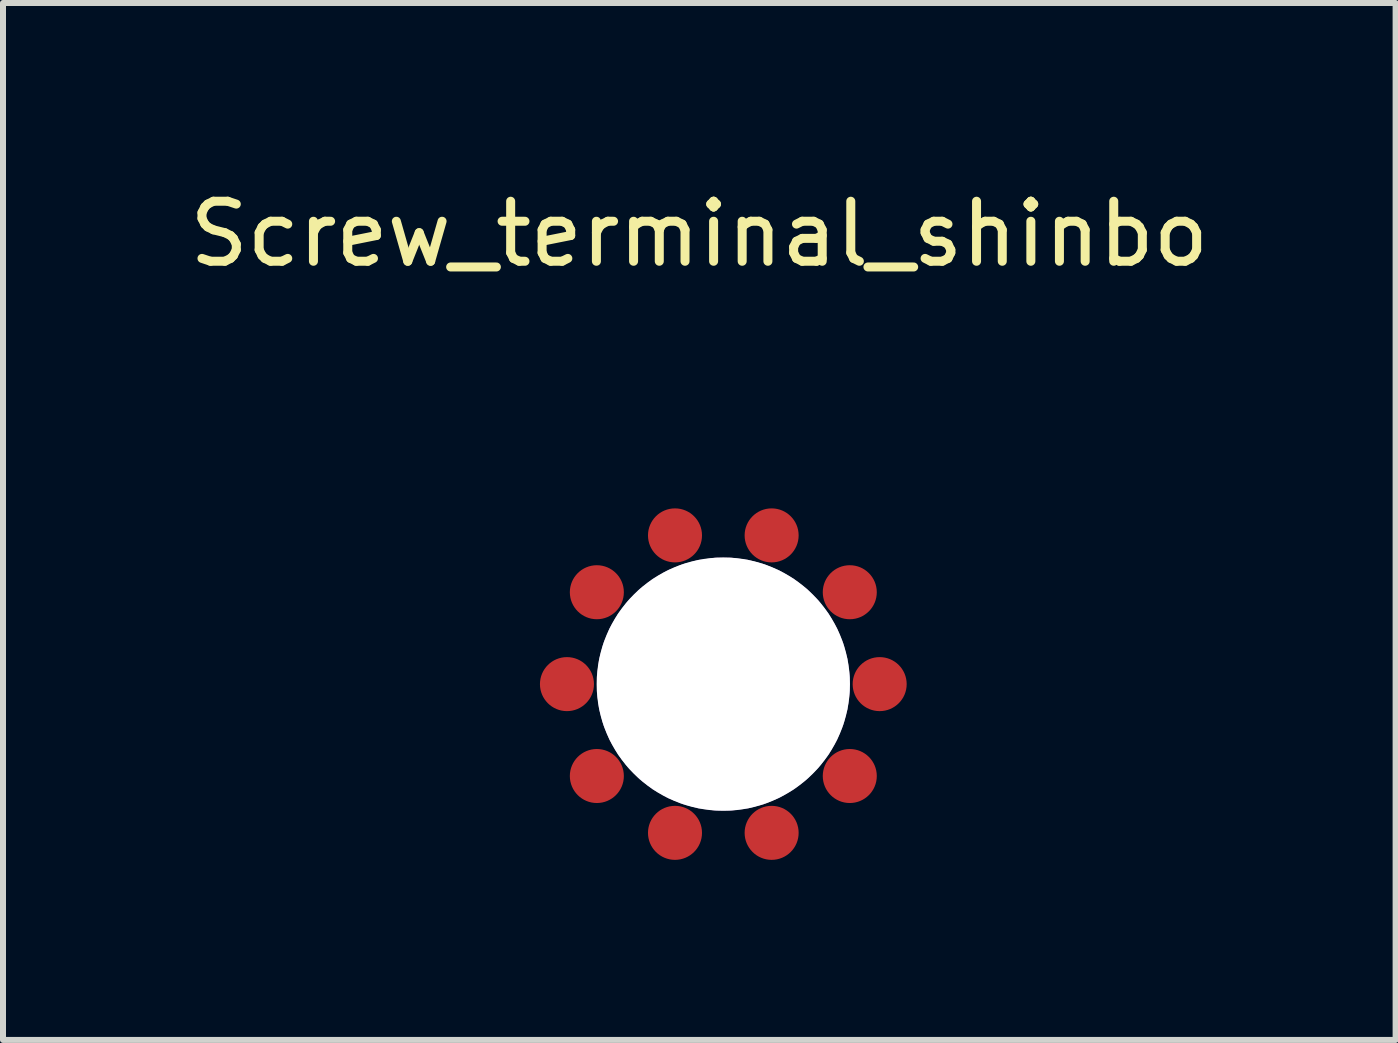
<source format=kicad_pcb>
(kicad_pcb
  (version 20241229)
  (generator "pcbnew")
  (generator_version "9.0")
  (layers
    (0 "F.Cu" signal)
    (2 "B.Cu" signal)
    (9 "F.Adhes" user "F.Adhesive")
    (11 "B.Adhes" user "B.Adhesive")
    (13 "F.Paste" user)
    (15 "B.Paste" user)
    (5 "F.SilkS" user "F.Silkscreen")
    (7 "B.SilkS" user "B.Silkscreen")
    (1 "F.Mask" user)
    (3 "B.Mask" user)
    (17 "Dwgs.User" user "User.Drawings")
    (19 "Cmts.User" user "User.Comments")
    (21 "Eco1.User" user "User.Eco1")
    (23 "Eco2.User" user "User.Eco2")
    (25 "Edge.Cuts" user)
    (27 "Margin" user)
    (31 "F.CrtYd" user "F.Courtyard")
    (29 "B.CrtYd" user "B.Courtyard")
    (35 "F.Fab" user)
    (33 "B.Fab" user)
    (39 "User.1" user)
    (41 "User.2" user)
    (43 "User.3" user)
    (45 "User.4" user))
  (footprint "Screw_terminal_shinbo"
    (layer "F.Cu")
    (at 9.001 8.348)
    (property "Reference" "Screw_terminal_shinbo" (at -0.4 -7.5 180) (layer "F.SilkS") (effects (font (size 1 1) (thickness 0.15))))
    (attr smd)
    (pad "" thru_hole custom (at 0 0 90) (size 4.22 4.22) (drill 4.22) (layers "*.Cu" "*.Mask") (options (anchor circle)) (primitives))
    (pad "1" smd circle (at -2.605 0) (size 0.9 0.9) (layers "F.Cu" "F.Mask" "F.Paste"))
    (pad "1" smd circle (at -2.107 -1.531) (size 0.9 0.9) (layers "F.Cu" "F.Mask" "F.Paste"))
    (pad "1" smd circle (at -2.107 1.531) (size 0.9 0.9) (layers "F.Cu" "F.Mask" "F.Paste"))
    (pad "1" smd circle (at -0.805 -2.478) (size 0.9 0.9) (layers "F.Cu" "F.Mask" "F.Paste"))
    (pad "1" smd circle (at -0.805 2.478) (size 0.9 0.9) (layers "F.Cu" "F.Mask" "F.Paste"))
    (pad "1" smd circle (at 0.805 -2.478) (size 0.9 0.9) (layers "F.Cu" "F.Mask" "F.Paste"))
    (pad "1" smd circle (at 0.805 2.478) (size 0.9 0.9) (layers "F.Cu" "F.Mask" "F.Paste"))
    (pad "1" smd circle (at 2.107 -1.531) (size 0.9 0.9) (layers "F.Cu" "F.Mask" "F.Paste"))
    (pad "1" smd circle (at 2.107 1.531) (size 0.9 0.9) (layers "F.Cu" "F.Mask" "F.Paste"))
    (pad "1" smd circle (at 2.605 0) (size 0.9 0.9) (layers "F.Cu" "F.Mask" "F.Paste")))
  (gr_rect
    (start -3 -3)
    (end 20.202 14.276)
    (stroke (width 0.1) (type default))
    (fill no)
    (layer "Edge.Cuts")))
</source>
